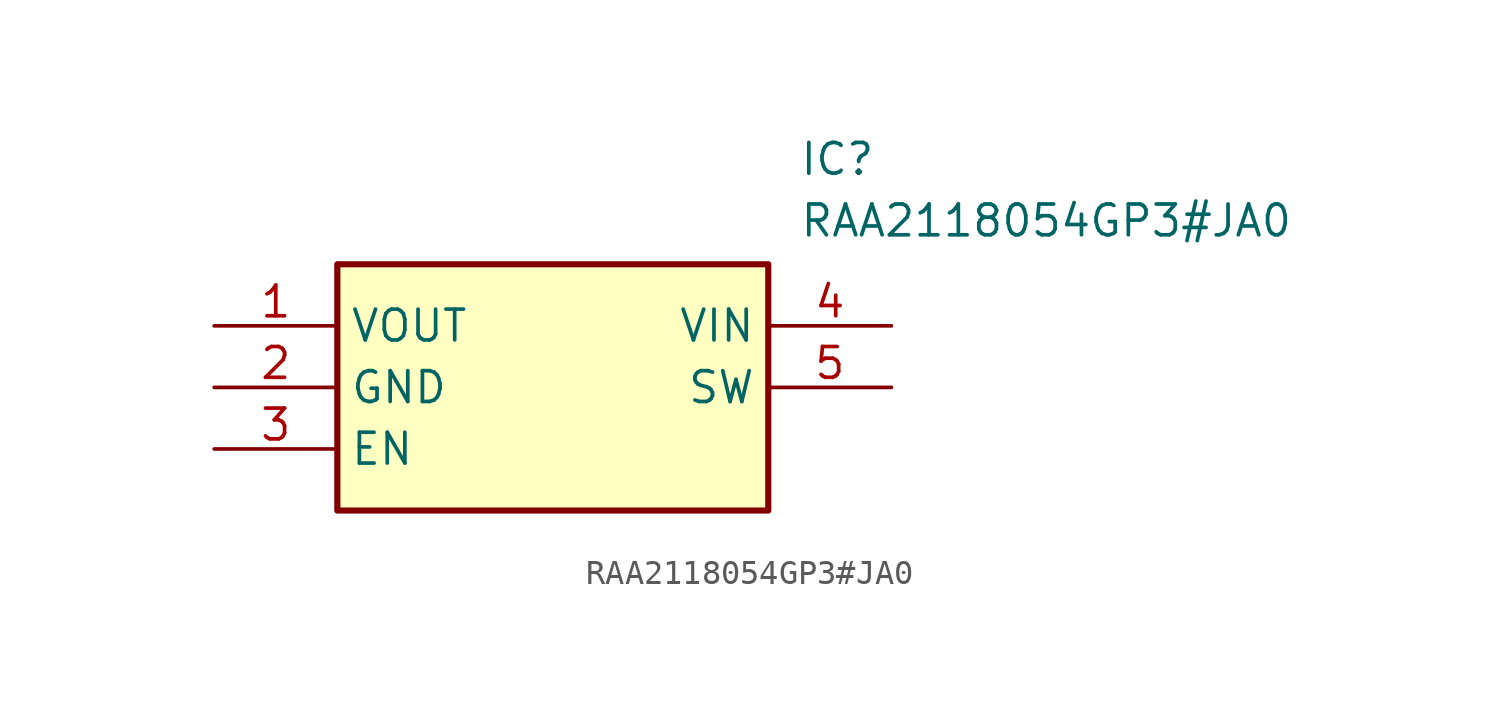
<source format=kicad_sym>
(kicad_symbol_lib
  (version 20211014)
  (generator SamacSys_ECAD_Model)
  (symbol "RAA2118054GP3#JA0"
    (property "Reference" "IC"
      (at 24.13 7.62 0)
      (effects (font (size 1.27 1.27)) (justify left top)))
    (property "Value" "RAA2118054GP3#JA0"
      (at 24.13 5.08 0)
      (effects (font (size 1.27 1.27)) (justify left top)))
    (rectangle
      (start 5.08 2.54)
      (end 22.86 -7.62)
      (stroke (width 0.254) (type default))
      (fill (type background)))
    (pin passive line
      (at 0 0 0)
      (length 5.08)
      (name "VOUT" (effects (font (size 1.27 1.27))))
      (number "1" (effects (font (size 1.27 1.27)))))
    (pin passive line
      (at 0 -2.54 0)
      (length 5.08)
      (name "GND" (effects (font (size 1.27 1.27))))
      (number "2" (effects (font (size 1.27 1.27)))))
    (pin passive line
      (at 0 -5.08 0)
      (length 5.08)
      (name "EN" (effects (font (size 1.27 1.27))))
      (number "3" (effects (font (size 1.27 1.27)))))
    (pin passive line
      (at 27.94 0 180)
      (length 5.08)
      (name "VIN" (effects (font (size 1.27 1.27))))
      (number "4" (effects (font (size 1.27 1.27)))))
    (pin passive line
      (at 27.94 -2.54 180)
      (length 5.08)
      (name "SW" (effects (font (size 1.27 1.27))))
      (number "5" (effects (font (size 1.27 1.27)))))))
</source>
